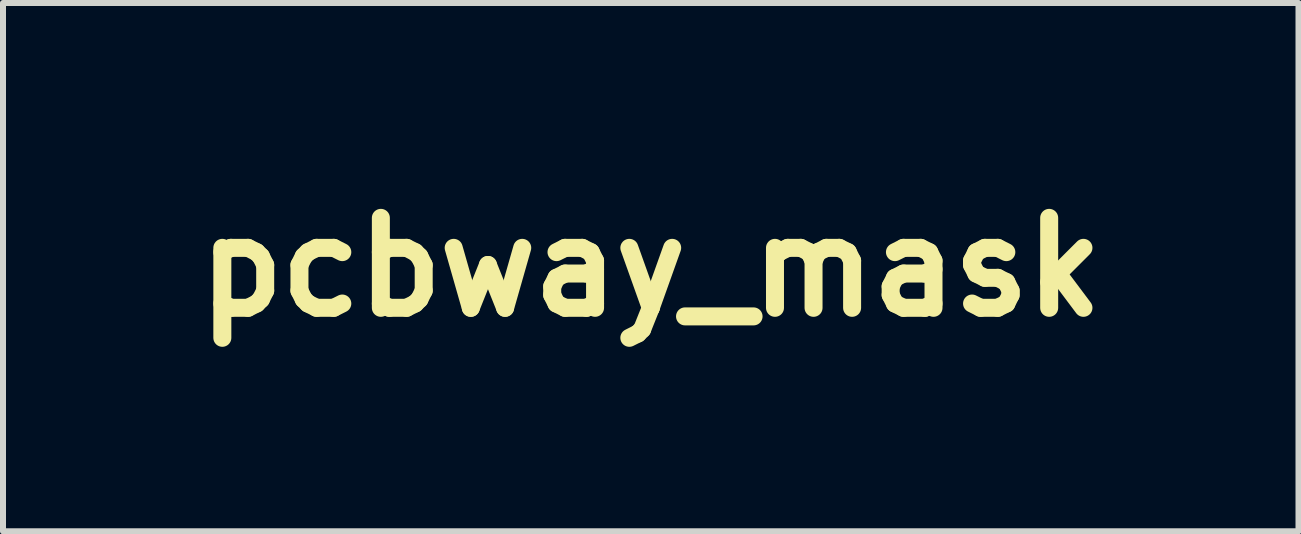
<source format=kicad_pcb>
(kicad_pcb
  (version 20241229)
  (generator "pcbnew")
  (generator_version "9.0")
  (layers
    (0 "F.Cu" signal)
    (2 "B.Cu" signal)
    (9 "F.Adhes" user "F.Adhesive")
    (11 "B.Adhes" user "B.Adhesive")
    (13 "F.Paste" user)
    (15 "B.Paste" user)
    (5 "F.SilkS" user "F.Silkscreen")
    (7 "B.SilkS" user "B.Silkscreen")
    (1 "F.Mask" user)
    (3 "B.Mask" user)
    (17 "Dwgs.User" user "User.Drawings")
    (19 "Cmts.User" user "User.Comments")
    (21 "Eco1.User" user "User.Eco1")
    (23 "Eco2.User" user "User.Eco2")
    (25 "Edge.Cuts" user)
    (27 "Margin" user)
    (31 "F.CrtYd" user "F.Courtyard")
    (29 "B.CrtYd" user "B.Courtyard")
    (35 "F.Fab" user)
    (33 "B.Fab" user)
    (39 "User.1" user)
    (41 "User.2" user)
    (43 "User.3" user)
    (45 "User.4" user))
  (footprint "pcbway_mask"
    (layer "F.Cu")
    (at 7.8 1.404)
    (property "Reference" "pcbway_mask" (at 0 0 0) (layer "F.SilkS") (effects (font (size 1.5 1.5) (thickness 0.3))))
    (attr board_only exclude_from_pos_files exclude_from_bom)
    (fp_poly (pts (xy -3.751 -1.254) (xy -3.624 -1.251) (xy -3.521 -1.245) (xy -3.438 -1.236) (xy -3.37 -1.222) (xy -3.316 -1.204) (xy -3.269 -1.179) (xy -3.228 -1.149) (xy -3.188 -1.111) (xy -3.127 -1.03) (xy -3.088 -0.937) (xy -3.07 -0.826) (xy -3.07 -0.736) (xy -3.084 -0.616) (xy -3.116 -0.519) (xy -3.167 -0.438) (xy -3.216 -0.387) (xy -3.263 -0.349) (xy -3.307 -0.32) (xy -3.355 -0.299) (xy -3.412 -0.284) (xy -3.484 -0.275) (xy -3.575 -0.269) (xy -3.69 -0.266) (xy -3.964 -0.26) (xy -3.968 0.044) (xy -3.973 0.348) (xy -4.131 0.353) (xy -4.29 0.357) (xy -4.29 -0.449) (xy -4.29 -0.761) (xy -3.965 -0.761) (xy -3.965 -0.527) (xy -3.806 -0.527) (xy -3.73 -0.529) (xy -3.658 -0.533) (xy -3.599 -0.539) (xy -3.578 -0.543) (xy -3.502 -0.574) (xy -3.446 -0.623) (xy -3.411 -0.683) (xy -3.396 -0.751) (xy -3.405 -0.82) (xy -3.436 -0.884) (xy -3.491 -0.937) (xy -3.519 -0.954) (xy -3.561 -0.967) (xy -3.63 -0.978) (xy -3.729 -0.985) (xy -3.765 -0.987) (xy -3.965 -0.996) (xy -3.965 -0.761) (xy -4.29 -0.761) (xy -4.29 -1.255) (xy -3.905 -1.255)) (stroke (width 0) (type solid)) (fill yes) (layer "F.Mask"))
    (fp_poly (pts (xy -2.086 -1.233) (xy -2.01 -1.222) (xy -1.908 -1.191) (xy -1.799 -1.142) (xy -1.697 -1.081) (xy -1.628 -1.027) (xy -1.545 -0.952) (xy -1.642 -0.858) (xy -1.739 -0.764) (xy -1.836 -0.837) (xy -1.939 -0.904) (xy -2.04 -0.945) (xy -2.149 -0.964) (xy -2.217 -0.966) (xy -2.333 -0.954) (xy -2.434 -0.918) (xy -2.526 -0.855) (xy -2.583 -0.799) (xy -2.653 -0.702) (xy -2.695 -0.594) (xy -2.71 -0.474) (xy -2.71 -0.466) (xy -2.696 -0.338) (xy -2.656 -0.225) (xy -2.591 -0.128) (xy -2.504 -0.051) (xy -2.396 0.004) (xy -2.295 0.031) (xy -2.175 0.041) (xy -2.063 0.026) (xy -1.953 -0.017) (xy -1.842 -0.087) (xy -1.816 -0.107) (xy -1.737 -0.17) (xy -1.647 -0.067) (xy -1.557 0.035) (xy -1.623 0.092) (xy -1.736 0.176) (xy -1.856 0.242) (xy -1.966 0.281) (xy -2.057 0.298) (xy -2.163 0.306) (xy -2.271 0.306) (xy -2.371 0.297) (xy -2.43 0.285) (xy -2.558 0.237) (xy -2.679 0.166) (xy -2.785 0.077) (xy -2.87 -0.025) (xy -2.9 -0.073) (xy -2.949 -0.191) (xy -2.979 -0.323) (xy -2.99 -0.461) (xy -2.981 -0.599) (xy -2.953 -0.728) (xy -2.906 -0.842) (xy -2.9 -0.852) (xy -2.816 -0.966) (xy -2.709 -1.066) (xy -2.583 -1.147) (xy -2.445 -1.204) (xy -2.408 -1.215) (xy -2.31 -1.232) (xy -2.198 -1.238)) (stroke (width 0) (type solid)) (fill yes) (layer "F.Mask"))
    (fp_poly (pts (xy 2.699 -0.904) (xy 2.734 -0.899) (xy 2.861 -0.867) (xy 2.965 -0.82) (xy 3.044 -0.758) (xy 3.096 -0.683) (xy 3.112 -0.64) (xy 3.117 -0.607) (xy 3.121 -0.545) (xy 3.124 -0.459) (xy 3.127 -0.351) (xy 3.128 -0.225) (xy 3.128 -0.112) (xy 3.129 0.356) (xy 2.943 0.356) (xy 2.757 0.356) (xy 2.757 0.294) (xy 2.754 0.25) (xy 2.744 0.235) (xy 2.723 0.246) (xy 2.704 0.262) (xy 2.622 0.319) (xy 2.524 0.358) (xy 2.417 0.378) (xy 2.312 0.377) (xy 2.233 0.359) (xy 2.138 0.31) (xy 2.063 0.238) (xy 2.024 0.178) (xy 2 0.111) (xy 1.989 0.027) (xy 1.99 -0.032) (xy 2.37 -0.032) (xy 2.383 0.033) (xy 2.419 0.082) (xy 2.474 0.111) (xy 2.543 0.12) (xy 2.624 0.106) (xy 2.638 0.101) (xy 2.692 0.079) (xy 2.727 0.053) (xy 2.747 0.018) (xy 2.755 -0.035) (xy 2.757 -0.101) (xy 2.757 -0.228) (xy 2.676 -0.221) (xy 2.56 -0.205) (xy 2.472 -0.177) (xy 2.412 -0.137) (xy 2.378 -0.085) (xy 2.37 -0.032) (xy 1.99 -0.032) (xy 1.991 -0.062) (xy 2.005 -0.143) (xy 2.024 -0.194) (xy 2.069 -0.261) (xy 2.127 -0.316) (xy 2.201 -0.359) (xy 2.295 -0.393) (xy 2.412 -0.419) (xy 2.556 -0.438) (xy 2.571 -0.44) (xy 2.649 -0.448) (xy 2.701 -0.456) (xy 2.733 -0.464) (xy 2.749 -0.474) (xy 2.754 -0.485) (xy 2.748 -0.526) (xy 2.719 -0.569) (xy 2.673 -0.607) (xy 2.66 -0.614) (xy 2.598 -0.634) (xy 2.516 -0.642) (xy 2.421 -0.639) (xy 2.323 -0.625) (xy 2.23 -0.6) (xy 2.226 -0.599) (xy 2.17 -0.58) (xy 2.125 -0.565) (xy 2.1 -0.558) (xy 2.098 -0.558) (xy 2.095 -0.572) (xy 2.093 -0.611) (xy 2.093 -0.667) (xy 2.094 -0.708) (xy 2.099 -0.858) (xy 2.192 -0.878) (xy 2.283 -0.894) (xy 2.39 -0.904) (xy 2.501 -0.91) (xy 2.608 -0.91)) (stroke (width 0) (type solid)) (fill yes) (layer "F.Mask"))
    (fp_poly (pts (xy -1.017 -1.267) (xy -0.563 -1.262) (xy -0.472 -1.216) (xy -0.387 -1.161) (xy -0.329 -1.095) (xy -0.295 -1.014) (xy -0.283 -0.943) (xy -0.282 -0.878) (xy -0.287 -0.814) (xy -0.293 -0.778) (xy -0.324 -0.709) (xy -0.375 -0.64) (xy -0.438 -0.583) (xy -0.456 -0.571) (xy -0.485 -0.552) (xy -0.489 -0.541) (xy -0.472 -0.534) (xy -0.362 -0.488) (xy -0.281 -0.43) (xy -0.226 -0.359) (xy -0.224 -0.354) (xy -0.209 -0.309) (xy -0.198 -0.243) (xy -0.191 -0.166) (xy -0.189 -0.087) (xy -0.193 -0.017) (xy -0.201 0.029) (xy -0.233 0.1) (xy -0.289 0.17) (xy -0.36 0.233) (xy -0.441 0.282) (xy -0.446 0.284) (xy -0.499 0.305) (xy -0.555 0.322) (xy -0.618 0.335) (xy -0.694 0.344) (xy -0.785 0.351) (xy -0.896 0.354) (xy -1.032 0.356) (xy -1.104 0.356) (xy -1.471 0.356) (xy -1.471 -0.157) (xy -1.069 -0.157) (xy -1.068 -0.082) (xy -1.065 -0.017) (xy -1.062 0.03) (xy -1.058 0.053) (xy -1.057 0.053) (xy -1.035 0.059) (xy -0.991 0.061) (xy -0.932 0.059) (xy -0.866 0.054) (xy -0.802 0.047) (xy -0.746 0.038) (xy -0.708 0.028) (xy -0.701 0.025) (xy -0.643 -0.015) (xy -0.608 -0.067) (xy -0.593 -0.138) (xy -0.592 -0.144) (xy -0.59 -0.196) (xy -0.597 -0.232) (xy -0.618 -0.264) (xy -0.627 -0.275) (xy -0.663 -0.31) (xy -0.71 -0.333) (xy -0.772 -0.348) (xy -0.855 -0.355) (xy -0.925 -0.356) (xy -1.069 -0.356) (xy -1.069 -0.157) (xy -1.471 -0.157) (xy -1.471 -0.458) (xy -1.471 -0.807) (xy -1.069 -0.807) (xy -1.069 -0.635) (xy -0.952 -0.635) (xy -0.884 -0.638) (xy -0.823 -0.646) (xy -0.783 -0.657) (xy -0.735 -0.686) (xy -0.708 -0.727) (xy -0.697 -0.788) (xy -0.697 -0.811) (xy -0.704 -0.871) (xy -0.729 -0.918) (xy -0.734 -0.925) (xy -0.754 -0.945) (xy -0.774 -0.958) (xy -0.804 -0.966) (xy -0.849 -0.97) (xy -0.918 -0.973) (xy -0.92 -0.973) (xy -1.069 -0.979) (xy -1.069 -0.807) (xy -1.471 -0.807) (xy -1.471 -1.272)) (stroke (width 0) (type solid)) (fill yes) (layer "F.Mask"))
    (fp_poly (pts (xy 1.22 -1.027) (xy 1.246 -0.918) (xy 1.276 -0.792) (xy 1.307 -0.661) (xy 1.336 -0.538) (xy 1.349 -0.484) (xy 1.37 -0.396) (xy 1.389 -0.32) (xy 1.405 -0.26) (xy 1.416 -0.222) (xy 1.421 -0.208) (xy 1.421 -0.208) (xy 1.426 -0.224) (xy 1.435 -0.265) (xy 1.45 -0.329) (xy 1.468 -0.41) (xy 1.489 -0.504) (xy 1.512 -0.608) (xy 1.536 -0.718) (xy 1.56 -0.828) (xy 1.584 -0.935) (xy 1.605 -1.035) (xy 1.624 -1.124) (xy 1.64 -1.196) (xy 1.651 -1.249) (xy 1.657 -1.278) (xy 1.657 -1.282) (xy 1.672 -1.283) (xy 1.711 -1.284) (xy 1.771 -1.285) (xy 1.844 -1.285) (xy 1.859 -1.285) (xy 1.942 -1.285) (xy 1.999 -1.283) (xy 2.034 -1.28) (xy 2.053 -1.274) (xy 2.059 -1.265) (xy 2.06 -1.261) (xy 2.056 -1.242) (xy 2.046 -1.197) (xy 2.029 -1.128) (xy 2.008 -1.039) (xy 1.981 -0.933) (xy 1.952 -0.814) (xy 1.919 -0.683) (xy 1.885 -0.546) (xy 1.85 -0.404) (xy 1.814 -0.262) (xy 1.778 -0.122) (xy 1.744 0.013) (xy 1.712 0.138) (xy 1.683 0.251) (xy 1.671 0.298) (xy 1.656 0.356) (xy 1.434 0.356) (xy 1.211 0.356) (xy 1.18 0.236) (xy 1.167 0.187) (xy 1.147 0.113) (xy 1.124 0.022) (xy 1.097 -0.082) (xy 1.068 -0.192) (xy 1.051 -0.259) (xy 1.024 -0.362) (xy 0.999 -0.454) (xy 0.978 -0.531) (xy 0.961 -0.59) (xy 0.95 -0.625) (xy 0.945 -0.635) (xy 0.94 -0.62) (xy 0.928 -0.579) (xy 0.91 -0.515) (xy 0.888 -0.433) (xy 0.863 -0.334) (xy 0.835 -0.224) (xy 0.822 -0.174) (xy 0.793 -0.058) (xy 0.766 0.05) (xy 0.742 0.145) (xy 0.721 0.224) (xy 0.706 0.282) (xy 0.697 0.316) (xy 0.695 0.321) (xy 0.689 0.335) (xy 0.678 0.345) (xy 0.659 0.351) (xy 0.625 0.354) (xy 0.572 0.356) (xy 0.494 0.356) (xy 0.465 0.356) (xy 0.371 0.355) (xy 0.305 0.353) (xy 0.264 0.348) (xy 0.243 0.341) (xy 0.24 0.337) (xy 0.235 0.318) (xy 0.224 0.273) (xy 0.206 0.203) (xy 0.183 0.112) (xy 0.155 0.002) (xy 0.123 -0.123) (xy 0.088 -0.261) (xy 0.051 -0.408) (xy 0.039 -0.457) (xy 0.001 -0.607) (xy -0.035 -0.749) (xy -0.068 -0.88) (xy -0.097 -0.995) (xy -0.122 -1.094) (xy -0.142 -1.172) (xy -0.156 -1.227) (xy -0.164 -1.256) (xy -0.165 -1.259) (xy -0.166 -1.27) (xy -0.159 -1.277) (xy -0.139 -1.282) (xy -0.101 -1.284) (xy -0.042 -1.283) (xy 0.041 -1.282) (xy 0.255 -1.278) (xy 0.363 -0.747) (xy 0.389 -0.624) (xy 0.413 -0.511) (xy 0.434 -0.411) (xy 0.453 -0.328) (xy 0.467 -0.266) (xy 0.476 -0.228) (xy 0.48 -0.217) (xy 0.486 -0.231) (xy 0.498 -0.272) (xy 0.515 -0.337) (xy 0.538 -0.421) (xy 0.564 -0.522) (xy 0.593 -0.636) (xy 0.621 -0.747) (xy 0.753 -1.278) (xy 0.955 -1.282) (xy 1.158 -1.286)) (stroke (width 0) (type solid)) (fill yes) (layer "F.Mask"))
    (fp_poly (pts (xy 4.396 -0.88) (xy 4.414 -0.878) (xy 4.414 -0.878) (xy 4.409 -0.863) (xy 4.394 -0.821) (xy 4.37 -0.756) (xy 4.339 -0.671) (xy 4.301 -0.567) (xy 4.257 -0.448) (xy 4.208 -0.316) (xy 4.156 -0.175) (xy 4.143 -0.139) (xy 4.09 0.004) (xy 4.041 0.139) (xy 3.995 0.262) (xy 3.956 0.371) (xy 3.923 0.464) (xy 3.897 0.536) (xy 3.88 0.585) (xy 3.872 0.609) (xy 3.872 0.611) (xy 3.887 0.618) (xy 3.931 0.628) (xy 4.002 0.64) (xy 4.098 0.653) (xy 4.193 0.664) (xy 4.291 0.676) (xy 4.379 0.687) (xy 4.452 0.697) (xy 4.506 0.706) (xy 4.535 0.712) (xy 4.538 0.713) (xy 4.55 0.726) (xy 4.532 0.734) (xy 4.485 0.738) (xy 4.411 0.737) (xy 4.31 0.733) (xy 4.184 0.724) (xy 4.155 0.722) (xy 4.059 0.714) (xy 3.975 0.707) (xy 3.906 0.703) (xy 3.858 0.7) (xy 3.835 0.7) (xy 3.834 0.7) (xy 3.827 0.716) (xy 3.815 0.75) (xy 3.815 0.751) (xy 3.8 0.798) (xy 3.596 0.802) (xy 3.518 0.803) (xy 3.455 0.801) (xy 3.411 0.798) (xy 3.392 0.793) (xy 3.392 0.792) (xy 3.397 0.77) (xy 3.411 0.732) (xy 3.415 0.722) (xy 3.429 0.683) (xy 3.428 0.664) (xy 3.419 0.659) (xy 3.396 0.656) (xy 3.347 0.65) (xy 3.276 0.644) (xy 3.187 0.636) (xy 3.086 0.628) (xy 2.976 0.619) (xy 2.862 0.611) (xy 2.748 0.603) (xy 2.64 0.595) (xy 2.542 0.589) (xy 2.54 0.589) (xy 2.196 0.573) (xy 1.844 0.565) (xy 1.481 0.564) (xy 1.101 0.571) (xy 0.699 0.586) (xy 0.341 0.605) (xy -0.172 0.639) (xy -0.683 0.682) (xy -1.197 0.734) (xy -1.719 0.796) (xy -2.252 0.868) (xy -2.801 0.951) (xy -3.369 1.046) (xy -3.962 1.152) (xy -3.971 1.154) (xy -4.087 1.175) (xy -4.193 1.194) (xy -4.285 1.211) (xy -4.36 1.225) (xy -4.414 1.234) (xy -4.442 1.239) (xy -4.445 1.239) (xy -4.459 1.227) (xy -4.46 1.22) (xy -4.456 1.195) (xy -4.448 1.151) (xy -4.44 1.108) (xy -4.421 1.016) (xy -4.321 0.995) (xy -4.247 0.981) (xy -4.149 0.963) (xy -4.03 0.942) (xy -3.895 0.919) (xy -3.75 0.895) (xy -3.601 0.87) (xy -3.451 0.846) (xy -3.306 0.823) (xy -3.171 0.803) (xy -3.051 0.785) (xy -3.043 0.784) (xy -2.628 0.726) (xy -2.211 0.675) (xy -1.788 0.628) (xy -1.353 0.585) (xy -0.901 0.546) (xy -0.426 0.511) (xy -0.147 0.492) (xy -0.052 0.487) (xy 0.071 0.483) (xy 0.216 0.48) (xy 0.38 0.477) (xy 0.559 0.475) (xy 0.749 0.473) (xy 0.946 0.473) (xy 1.146 0.472) (xy 1.344 0.473) (xy 1.537 0.474) (xy 1.721 0.476) (xy 1.892 0.479) (xy 2.045 0.482) (xy 2.177 0.486) (xy 2.284 0.491) (xy 2.315 0.492) (xy 2.421 0.499) (xy 2.538 0.507) (xy 2.663 0.517) (xy 2.791 0.526) (xy 2.919 0.536) (xy 3.041 0.546) (xy 3.153 0.555) (xy 3.252 0.563) (xy 3.333 0.57) (xy 3.392 0.576) (xy 3.424 0.58) (xy 3.425 0.58) (xy 3.446 0.582) (xy 3.462 0.574) (xy 3.478 0.552) (xy 3.497 0.509) (xy 3.514 0.468) (xy 3.537 0.409) (xy 3.553 0.36) (xy 3.562 0.328) (xy 3.562 0.324) (xy 3.557 0.304) (xy 3.542 0.259) (xy 3.518 0.191) (xy 3.487 0.104) (xy 3.449 0.001) (xy 3.407 -0.114) (xy 3.36 -0.24) (xy 3.345 -0.279) (xy 3.298 -0.406) (xy 3.254 -0.523) (xy 3.215 -0.629) (xy 3.182 -0.72) (xy 3.155 -0.792) (xy 3.138 -0.842) (xy 3.129 -0.868) (xy 3.129 -0.87) (xy 3.143 -0.875) (xy 3.183 -0.878) (xy 3.242 -0.88) (xy 3.314 -0.88) (xy 3.324 -0.879) (xy 3.52 -0.875) (xy 3.646 -0.5) (xy 3.68 -0.399) (xy 3.711 -0.307) (xy 3.738 -0.23) (xy 3.76 -0.172) (xy 3.774 -0.135) (xy 3.779 -0.125) (xy 3.786 -0.139) (xy 3.8 -0.178) (xy 3.821 -0.24) (xy 3.847 -0.319) (xy 3.877 -0.412) (xy 3.905 -0.499) (xy 4.022 -0.875) (xy 4.218 -0.879) (xy 4.292 -0.881) (xy 4.353 -0.881)) (stroke (width 0) (type solid)) (fill yes) (layer "F.Mask")))
  (gr_rect
    (start -3 -3)
    (end 18.6 5.808)
    (stroke (width 0.1) (type default))
    (fill no)
    (layer "Edge.Cuts")))
</source>
